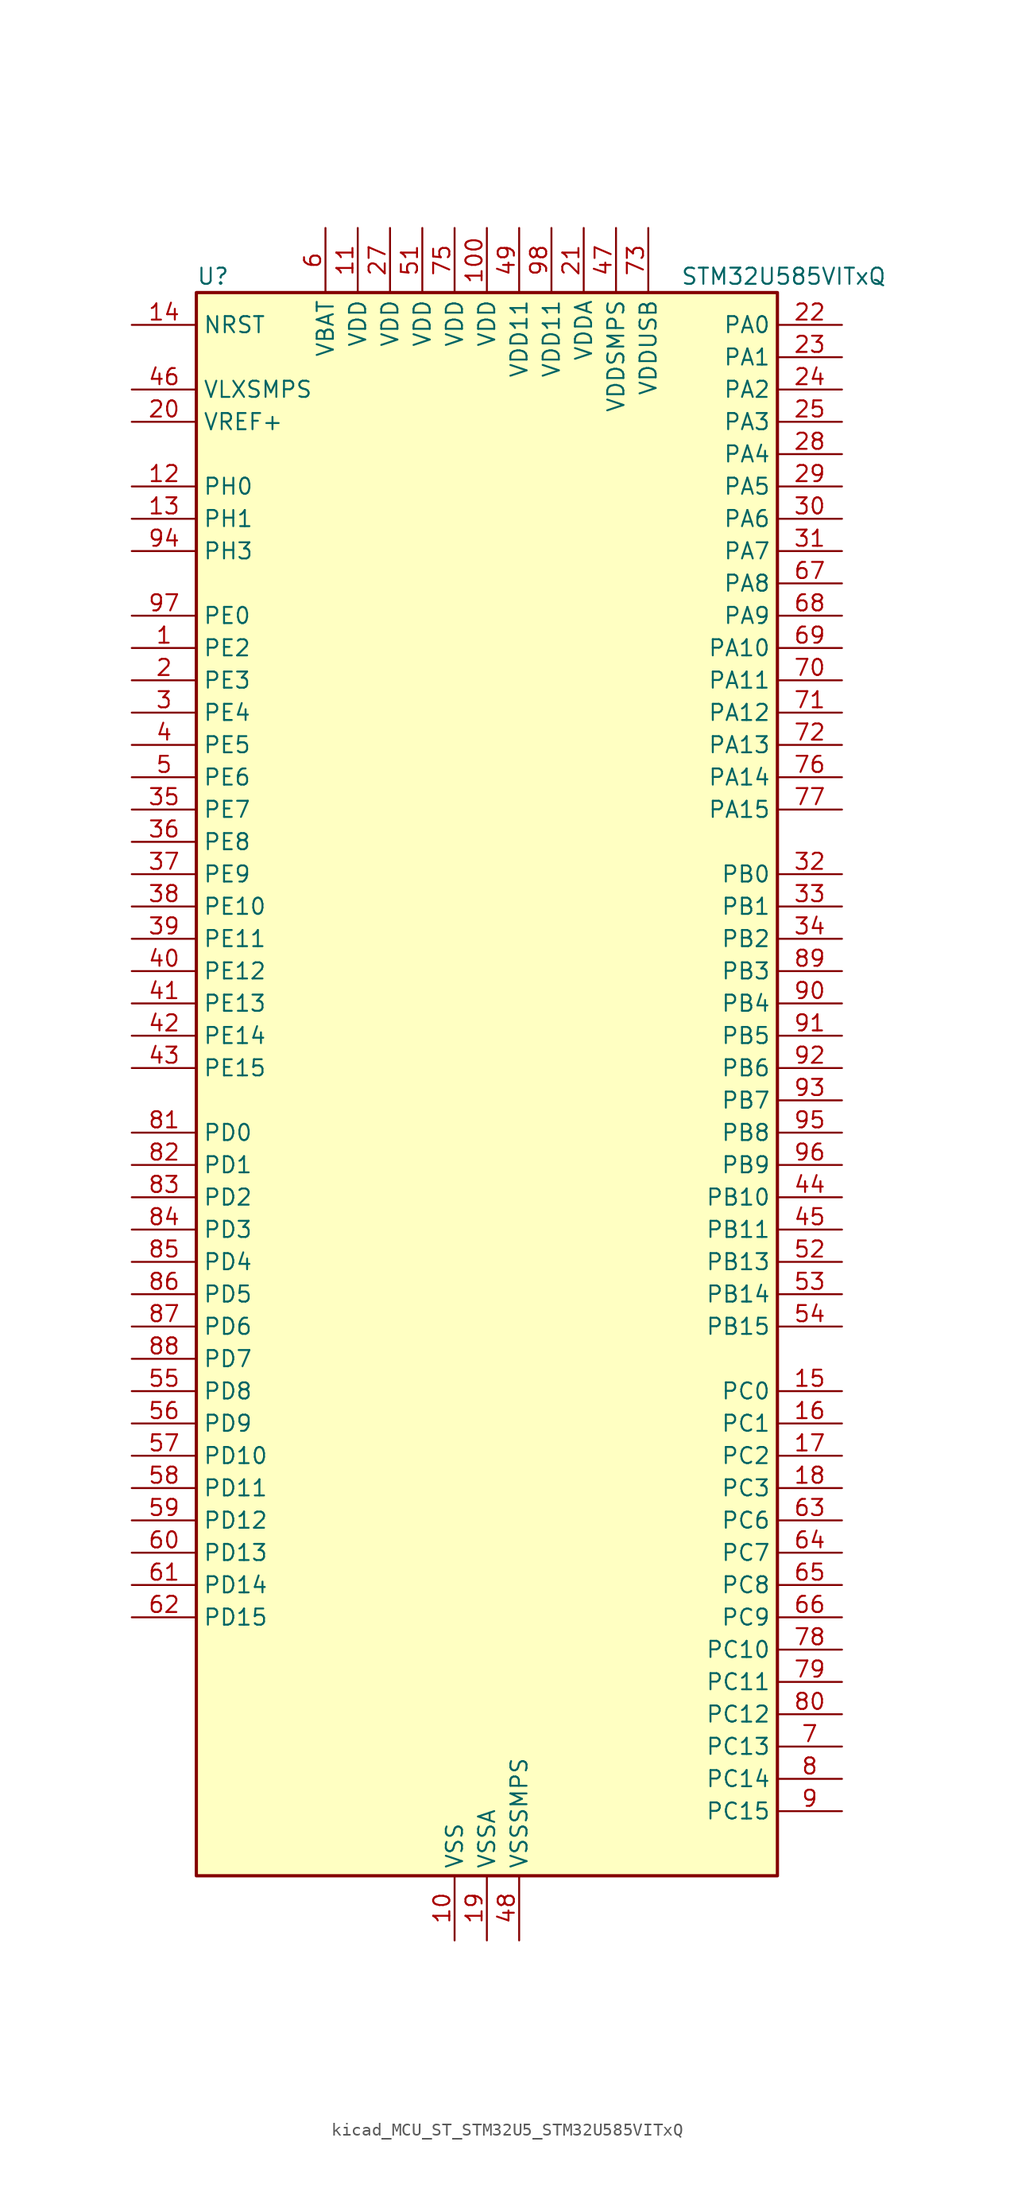
<source format=kicad_sym>
(kicad_symbol_lib
  (version 20220914)
  (generator kicad_symbol_editor)
  (symbol "kicad_MCU_ST_STM32U5_STM32U585VITxQ"
    (property "Reference" "U"
      (at -22.86 64.77 0)
      (effects (font (size 1.27 1.27)) (justify left)))
    (property "Value" "STM32U585VITxQ"
      (at 15.24 64.77 0)
      (effects (font (size 1.27 1.27)) (justify left)))
    (property "ki_locked" ""
      (at 0 0 0)
      (effects (font (size 1.27 1.27))))
    (symbol "kicad_MCU_ST_STM32U5_STM32U585VITxQ_0_1"
      (rectangle (start -22.86 -60.96) (end 22.86 63.5) (stroke (width 0.254) (type default)) (fill (type background))))
    (symbol "kicad_MCU_ST_STM32U5_STM32U585VITxQ_1_1"
      (pin bidirectional line (at -27.94 35.56 0) (length 5.08) (name "PE2" (effects (font (size 1.27 1.27)))) (number "1" (effects (font (size 1.27 1.27)))) (alternate "DEBUG_TRACECLK" bidirectional line) (alternate "FMC_A23" bidirectional line) (alternate "SAI1_CK1" bidirectional line) (alternate "SAI1_MCLK_A" bidirectional line) (alternate "TIM3_ETR" bidirectional line) (alternate "TSC_G7_IO1" bidirectional line))
      (pin power_in line (at -2.54 -66.04 90) (length 5.08) (name "VSS" (effects (font (size 1.27 1.27)))) (number "10" (effects (font (size 1.27 1.27)))))
      (pin power_in line (at 0 68.58 270) (length 5.08) (name "VDD" (effects (font (size 1.27 1.27)))) (number "100" (effects (font (size 1.27 1.27)))))
      (pin power_in line (at -10.16 68.58 270) (length 5.08) (name "VDD" (effects (font (size 1.27 1.27)))) (number "11" (effects (font (size 1.27 1.27)))))
      (pin bidirectional line (at -27.94 48.26 0) (length 5.08) (name "PH0" (effects (font (size 1.27 1.27)))) (number "12" (effects (font (size 1.27 1.27)))) (alternate "RCC_OSC_IN" bidirectional line))
      (pin bidirectional line (at -27.94 45.72 0) (length 5.08) (name "PH1" (effects (font (size 1.27 1.27)))) (number "13" (effects (font (size 1.27 1.27)))) (alternate "RCC_OSC_OUT" bidirectional line))
      (pin input line (at -27.94 60.96 0) (length 5.08) (name "NRST" (effects (font (size 1.27 1.27)))) (number "14" (effects (font (size 1.27 1.27)))))
      (pin bidirectional line (at 27.94 -22.86 180) (length 5.08) (name "PC0" (effects (font (size 1.27 1.27)))) (number "15" (effects (font (size 1.27 1.27)))) (alternate "ADC1_IN1" bidirectional line) (alternate "ADC4_IN1" bidirectional line) (alternate "I2C3_SCL" bidirectional line) (alternate "LPTIM1_IN1" bidirectional line) (alternate "LPTIM2_IN1" bidirectional line) (alternate "LPUART1_RX" bidirectional line) (alternate "MDF1_SDI4" bidirectional line) (alternate "OCTOSPIM_P1_IO7" bidirectional line) (alternate "SAI2_FS_A" bidirectional line) (alternate "SDMMC1_D5" bidirectional line) (alternate "SPI2_RDY" bidirectional line))
      (pin bidirectional line (at 27.94 -25.4 180) (length 5.08) (name "PC1" (effects (font (size 1.27 1.27)))) (number "16" (effects (font (size 1.27 1.27)))) (alternate "ADC1_IN2" bidirectional line) (alternate "ADC4_IN2" bidirectional line) (alternate "DEBUG_TRACED0" bidirectional line) (alternate "I2C3_SDA" bidirectional line) (alternate "LPTIM1_CH1" bidirectional line) (alternate "LPUART1_TX" bidirectional line) (alternate "MDF1_CKI4" bidirectional line) (alternate "OCTOSPIM_P1_IO4" bidirectional line) (alternate "SAI1_SD_A" bidirectional line) (alternate "SDMMC2_CK" bidirectional line) (alternate "SPI2_MOSI" bidirectional line))
      (pin bidirectional line (at 27.94 -27.94 180) (length 5.08) (name "PC2" (effects (font (size 1.27 1.27)))) (number "17" (effects (font (size 1.27 1.27)))) (alternate "ADC1_IN3" bidirectional line) (alternate "ADC4_IN3" bidirectional line) (alternate "LPTIM1_IN2" bidirectional line) (alternate "MDF1_CCK1" bidirectional line) (alternate "OCTOSPIM_P1_IO5" bidirectional line) (alternate "SPI2_MISO" bidirectional line))
      (pin bidirectional line (at 27.94 -30.48 180) (length 5.08) (name "PC3" (effects (font (size 1.27 1.27)))) (number "18" (effects (font (size 1.27 1.27)))) (alternate "ADC1_IN4" bidirectional line) (alternate "ADC4_IN4" bidirectional line) (alternate "LPTIM1_ETR" bidirectional line) (alternate "LPTIM2_ETR" bidirectional line) (alternate "LPTIM3_CH1" bidirectional line) (alternate "OCTOSPIM_P1_IO6" bidirectional line) (alternate "SAI1_D1" bidirectional line) (alternate "SAI1_SD_A" bidirectional line) (alternate "SPI2_MOSI" bidirectional line))
      (pin power_in line (at 0 -66.04 90) (length 5.08) (name "VSSA" (effects (font (size 1.27 1.27)))) (number "19" (effects (font (size 1.27 1.27)))))
      (pin bidirectional line (at -27.94 33.02 0) (length 5.08) (name "PE3" (effects (font (size 1.27 1.27)))) (number "2" (effects (font (size 1.27 1.27)))) (alternate "DEBUG_TRACED0" bidirectional line) (alternate "FMC_A19" bidirectional line) (alternate "OCTOSPIM_P1_DQS" bidirectional line) (alternate "SAI1_SD_B" bidirectional line) (alternate "TAMP_IN6" bidirectional line) (alternate "TAMP_OUT3" bidirectional line) (alternate "TIM3_CH1" bidirectional line) (alternate "TSC_G7_IO2" bidirectional line))
      (pin input line (at -27.94 53.34 0) (length 5.08) (name "VREF+" (effects (font (size 1.27 1.27)))) (number "20" (effects (font (size 1.27 1.27)))) (alternate "VREFBUF_OUT" bidirectional line))
      (pin power_in line (at 7.62 68.58 270) (length 5.08) (name "VDDA" (effects (font (size 1.27 1.27)))) (number "21" (effects (font (size 1.27 1.27)))))
      (pin bidirectional line (at 27.94 60.96 180) (length 5.08) (name "PA0" (effects (font (size 1.27 1.27)))) (number "22" (effects (font (size 1.27 1.27)))) (alternate "ADC1_IN5" bidirectional line) (alternate "AUDIOCLK" bidirectional line) (alternate "OCTOSPIM_P2_NCS" bidirectional line) (alternate "OPAMP1_VINP" bidirectional line) (alternate "PWR_WKUP1" bidirectional line) (alternate "SDMMC2_CMD" bidirectional line) (alternate "SPI3_RDY" bidirectional line) (alternate "TAMP_IN2" bidirectional line) (alternate "TAMP_OUT1" bidirectional line) (alternate "TIM2_CH1" bidirectional line) (alternate "TIM2_ETR" bidirectional line) (alternate "TIM5_CH1" bidirectional line) (alternate "TIM8_ETR" bidirectional line) (alternate "UART4_TX" bidirectional line) (alternate "USART2_CTS" bidirectional line))
      (pin bidirectional line (at 27.94 58.42 180) (length 5.08) (name "PA1" (effects (font (size 1.27 1.27)))) (number "23" (effects (font (size 1.27 1.27)))) (alternate "ADC1_IN6" bidirectional line) (alternate "I2C1_SMBA" bidirectional line) (alternate "LPTIM1_CH2" bidirectional line) (alternate "OCTOSPIM_P1_DQS" bidirectional line) (alternate "OPAMP1_VINM" bidirectional line) (alternate "PWR_WKUP3" bidirectional line) (alternate "SPI1_SCK" bidirectional line) (alternate "TAMP_IN5" bidirectional line) (alternate "TAMP_OUT4" bidirectional line) (alternate "TIM15_CH1N" bidirectional line) (alternate "TIM2_CH2" bidirectional line) (alternate "TIM5_CH2" bidirectional line) (alternate "UART4_RX" bidirectional line) (alternate "USART2_DE" bidirectional line) (alternate "USART2_RTS" bidirectional line))
      (pin bidirectional line (at 27.94 55.88 180) (length 5.08) (name "PA2" (effects (font (size 1.27 1.27)))) (number "24" (effects (font (size 1.27 1.27)))) (alternate "ADC1_IN7" bidirectional line) (alternate "COMP1_INP" bidirectional line) (alternate "LPUART1_TX" bidirectional line) (alternate "OCTOSPIM_P1_NCS" bidirectional line) (alternate "PWR_WKUP4" bidirectional line) (alternate "RCC_LSCO" bidirectional line) (alternate "SPI1_RDY" bidirectional line) (alternate "TIM15_CH1" bidirectional line) (alternate "TIM2_CH3" bidirectional line) (alternate "TIM5_CH3" bidirectional line) (alternate "UCPD1_FRSTX1" bidirectional line) (alternate "USART2_TX" bidirectional line))
      (pin bidirectional line (at 27.94 53.34 180) (length 5.08) (name "PA3" (effects (font (size 1.27 1.27)))) (number "25" (effects (font (size 1.27 1.27)))) (alternate "ADC1_IN8" bidirectional line) (alternate "LPUART1_RX" bidirectional line) (alternate "OCTOSPIM_P1_CLK" bidirectional line) (alternate "OPAMP1_VOUT" bidirectional line) (alternate "PWR_WKUP5" bidirectional line) (alternate "SAI1_CK1" bidirectional line) (alternate "SAI1_MCLK_A" bidirectional line) (alternate "TIM15_CH2" bidirectional line) (alternate "TIM2_CH4" bidirectional line) (alternate "TIM5_CH4" bidirectional line) (alternate "USART2_RX" bidirectional line))
      (pin passive line (at -2.54 -66.04 90) (length 5.08) hide (name "VSS" (effects (font (size 1.27 1.27)))) (number "26" (effects (font (size 1.27 1.27)))))
      (pin power_in line (at -7.62 68.58 270) (length 5.08) (name "VDD" (effects (font (size 1.27 1.27)))) (number "27" (effects (font (size 1.27 1.27)))))
      (pin bidirectional line (at 27.94 50.8 180) (length 5.08) (name "PA4" (effects (font (size 1.27 1.27)))) (number "28" (effects (font (size 1.27 1.27)))) (alternate "ADC1_IN9" bidirectional line) (alternate "ADC4_IN9" bidirectional line) (alternate "DAC1_OUT1" bidirectional line) (alternate "DCMI_HSYNC" bidirectional line) (alternate "LPTIM2_CH1" bidirectional line) (alternate "OCTOSPIM_P1_NCS" bidirectional line) (alternate "PSSI_DE" bidirectional line) (alternate "PWR_WKUP2" bidirectional line) (alternate "SAI1_FS_B" bidirectional line) (alternate "SPI1_NSS" bidirectional line) (alternate "SPI3_NSS" bidirectional line) (alternate "USART2_CK" bidirectional line))
      (pin bidirectional line (at 27.94 48.26 180) (length 5.08) (name "PA5" (effects (font (size 1.27 1.27)))) (number "29" (effects (font (size 1.27 1.27)))) (alternate "ADC1_IN10" bidirectional line) (alternate "ADC4_IN10" bidirectional line) (alternate "DAC1_OUT2" bidirectional line) (alternate "LPTIM2_ETR" bidirectional line) (alternate "PSSI_D14" bidirectional line) (alternate "PWR_CSLEEP" bidirectional line) (alternate "PWR_WKUP6" bidirectional line) (alternate "SPI1_SCK" bidirectional line) (alternate "TIM2_CH1" bidirectional line) (alternate "TIM2_ETR" bidirectional line) (alternate "TIM8_CH1N" bidirectional line) (alternate "USART3_RX" bidirectional line))
      (pin bidirectional line (at -27.94 30.48 0) (length 5.08) (name "PE4" (effects (font (size 1.27 1.27)))) (number "3" (effects (font (size 1.27 1.27)))) (alternate "DCMI_D4" bidirectional line) (alternate "DEBUG_TRACED1" bidirectional line) (alternate "FMC_A20" bidirectional line) (alternate "MDF1_SDI3" bidirectional line) (alternate "PSSI_D4" bidirectional line) (alternate "PWR_WKUP1" bidirectional line) (alternate "SAI1_D2" bidirectional line) (alternate "SAI1_FS_A" bidirectional line) (alternate "TAMP_IN7" bidirectional line) (alternate "TAMP_OUT8" bidirectional line) (alternate "TIM3_CH2" bidirectional line) (alternate "TSC_G7_IO3" bidirectional line))
      (pin bidirectional line (at 27.94 45.72 180) (length 5.08) (name "PA6" (effects (font (size 1.27 1.27)))) (number "30" (effects (font (size 1.27 1.27)))) (alternate "ADC1_IN11" bidirectional line) (alternate "ADC4_IN11" bidirectional line) (alternate "DCMI_PIXCLK" bidirectional line) (alternate "LPUART1_CTS" bidirectional line) (alternate "OCTOSPIM_P1_IO3" bidirectional line) (alternate "OPAMP2_VINP" bidirectional line) (alternate "PSSI_PDCK" bidirectional line) (alternate "PWR_CDSTOP" bidirectional line) (alternate "PWR_WKUP7" bidirectional line) (alternate "SPI1_MISO" bidirectional line) (alternate "TIM16_CH1" bidirectional line) (alternate "TIM1_BKIN" bidirectional line) (alternate "TIM3_CH1" bidirectional line) (alternate "TIM8_BKIN" bidirectional line) (alternate "USART3_CTS" bidirectional line))
      (pin bidirectional line (at 27.94 43.18 180) (length 5.08) (name "PA7" (effects (font (size 1.27 1.27)))) (number "31" (effects (font (size 1.27 1.27)))) (alternate "ADC1_IN12" bidirectional line) (alternate "ADC4_IN20" bidirectional line) (alternate "I2C3_SCL" bidirectional line) (alternate "LPTIM2_CH2" bidirectional line) (alternate "OCTOSPIM_P1_IO2" bidirectional line) (alternate "OPAMP2_VINM" bidirectional line) (alternate "PWR_SRDSTOP" bidirectional line) (alternate "PWR_WKUP8" bidirectional line) (alternate "SPI1_MOSI" bidirectional line) (alternate "TIM17_CH1" bidirectional line) (alternate "TIM1_CH1N" bidirectional line) (alternate "TIM3_CH2" bidirectional line) (alternate "TIM8_CH1N" bidirectional line) (alternate "USART3_TX" bidirectional line))
      (pin bidirectional line (at 27.94 17.78 180) (length 5.08) (name "PB0" (effects (font (size 1.27 1.27)))) (number "32" (effects (font (size 1.27 1.27)))) (alternate "ADC1_IN15" bidirectional line) (alternate "ADC4_IN18" bidirectional line) (alternate "AUDIOCLK" bidirectional line) (alternate "COMP1_OUT" bidirectional line) (alternate "LPTIM3_CH1" bidirectional line) (alternate "OCTOSPIM_P1_IO1" bidirectional line) (alternate "OPAMP2_VOUT" bidirectional line) (alternate "SPI1_NSS" bidirectional line) (alternate "TIM1_CH2N" bidirectional line) (alternate "TIM3_CH3" bidirectional line) (alternate "TIM8_CH2N" bidirectional line) (alternate "USART3_CK" bidirectional line))
      (pin bidirectional line (at 27.94 15.24 180) (length 5.08) (name "PB1" (effects (font (size 1.27 1.27)))) (number "33" (effects (font (size 1.27 1.27)))) (alternate "ADC1_IN16" bidirectional line) (alternate "ADC4_IN19" bidirectional line) (alternate "COMP1_INM" bidirectional line) (alternate "LPTIM2_IN1" bidirectional line) (alternate "LPTIM3_CH2" bidirectional line) (alternate "LPUART1_DE" bidirectional line) (alternate "LPUART1_RTS" bidirectional line) (alternate "MDF1_SDI0" bidirectional line) (alternate "OCTOSPIM_P1_IO0" bidirectional line) (alternate "PWR_WKUP4" bidirectional line) (alternate "TIM1_CH3N" bidirectional line) (alternate "TIM3_CH4" bidirectional line) (alternate "TIM8_CH3N" bidirectional line) (alternate "USART3_DE" bidirectional line) (alternate "USART3_RTS" bidirectional line))
      (pin bidirectional line (at 27.94 12.7 180) (length 5.08) (name "PB2" (effects (font (size 1.27 1.27)))) (number "34" (effects (font (size 1.27 1.27)))) (alternate "ADC1_IN17" bidirectional line) (alternate "COMP1_INP" bidirectional line) (alternate "I2C3_SMBA" bidirectional line) (alternate "LPTIM1_CH1" bidirectional line) (alternate "MDF1_CKI0" bidirectional line) (alternate "OCTOSPIM_P1_DQS" bidirectional line) (alternate "PWR_WKUP1" bidirectional line) (alternate "RTC_OUT2" bidirectional line) (alternate "SPI1_RDY" bidirectional line) (alternate "TIM8_CH4N" bidirectional line) (alternate "UCPD1_FRSTX1" bidirectional line))
      (pin bidirectional line (at -27.94 22.86 0) (length 5.08) (name "PE7" (effects (font (size 1.27 1.27)))) (number "35" (effects (font (size 1.27 1.27)))) (alternate "FMC_D4" bidirectional line) (alternate "FMC_DA4" bidirectional line) (alternate "MDF1_SDI2" bidirectional line) (alternate "PWR_WKUP6" bidirectional line) (alternate "SAI1_SD_B" bidirectional line) (alternate "TIM1_ETR" bidirectional line))
      (pin bidirectional line (at -27.94 20.32 0) (length 5.08) (name "PE8" (effects (font (size 1.27 1.27)))) (number "36" (effects (font (size 1.27 1.27)))) (alternate "FMC_D5" bidirectional line) (alternate "FMC_DA5" bidirectional line) (alternate "MDF1_CKI2" bidirectional line) (alternate "PWR_WKUP7" bidirectional line) (alternate "SAI1_SCK_B" bidirectional line) (alternate "TIM1_CH1N" bidirectional line))
      (pin bidirectional line (at -27.94 17.78 0) (length 5.08) (name "PE9" (effects (font (size 1.27 1.27)))) (number "37" (effects (font (size 1.27 1.27)))) (alternate "ADF1_CCK0" bidirectional line) (alternate "DAC1_EXTI9" bidirectional line) (alternate "FMC_D6" bidirectional line) (alternate "FMC_DA6" bidirectional line) (alternate "MDF1_CCK0" bidirectional line) (alternate "OCTOSPIM_P1_NCLK" bidirectional line) (alternate "SAI1_FS_B" bidirectional line) (alternate "TIM1_CH1" bidirectional line))
      (pin bidirectional line (at -27.94 15.24 0) (length 5.08) (name "PE10" (effects (font (size 1.27 1.27)))) (number "38" (effects (font (size 1.27 1.27)))) (alternate "ADF1_SDI0" bidirectional line) (alternate "FMC_D7" bidirectional line) (alternate "FMC_DA7" bidirectional line) (alternate "MDF1_SDI4" bidirectional line) (alternate "OCTOSPIM_P1_CLK" bidirectional line) (alternate "SAI1_MCLK_B" bidirectional line) (alternate "TIM1_CH2N" bidirectional line) (alternate "TSC_G5_IO1" bidirectional line))
      (pin bidirectional line (at -27.94 12.7 0) (length 5.08) (name "PE11" (effects (font (size 1.27 1.27)))) (number "39" (effects (font (size 1.27 1.27)))) (alternate "ADC1_EXTI11" bidirectional line) (alternate "FMC_D8" bidirectional line) (alternate "FMC_DA8" bidirectional line) (alternate "MDF1_CKI4" bidirectional line) (alternate "OCTOSPIM_P1_NCS" bidirectional line) (alternate "SPI1_RDY" bidirectional line) (alternate "TIM1_CH2" bidirectional line) (alternate "TSC_G5_IO2" bidirectional line))
      (pin bidirectional line (at -27.94 27.94 0) (length 5.08) (name "PE5" (effects (font (size 1.27 1.27)))) (number "4" (effects (font (size 1.27 1.27)))) (alternate "DCMI_D6" bidirectional line) (alternate "DEBUG_TRACED2" bidirectional line) (alternate "FMC_A21" bidirectional line) (alternate "MDF1_CKI3" bidirectional line) (alternate "PSSI_D6" bidirectional line) (alternate "PWR_WKUP2" bidirectional line) (alternate "SAI1_CK2" bidirectional line) (alternate "SAI1_SCK_A" bidirectional line) (alternate "TAMP_IN8" bidirectional line) (alternate "TAMP_OUT7" bidirectional line) (alternate "TIM3_CH3" bidirectional line) (alternate "TSC_G7_IO4" bidirectional line))
      (pin bidirectional line (at -27.94 10.16 0) (length 5.08) (name "PE12" (effects (font (size 1.27 1.27)))) (number "40" (effects (font (size 1.27 1.27)))) (alternate "FMC_D9" bidirectional line) (alternate "FMC_DA9" bidirectional line) (alternate "MDF1_SDI5" bidirectional line) (alternate "OCTOSPIM_P1_IO0" bidirectional line) (alternate "SPI1_NSS" bidirectional line) (alternate "TIM1_CH3N" bidirectional line) (alternate "TSC_G5_IO3" bidirectional line))
      (pin bidirectional line (at -27.94 7.62 0) (length 5.08) (name "PE13" (effects (font (size 1.27 1.27)))) (number "41" (effects (font (size 1.27 1.27)))) (alternate "FMC_D10" bidirectional line) (alternate "FMC_DA10" bidirectional line) (alternate "MDF1_CKI5" bidirectional line) (alternate "OCTOSPIM_P1_IO1" bidirectional line) (alternate "SPI1_SCK" bidirectional line) (alternate "TIM1_CH3" bidirectional line) (alternate "TSC_G5_IO4" bidirectional line))
      (pin bidirectional line (at -27.94 5.08 0) (length 5.08) (name "PE14" (effects (font (size 1.27 1.27)))) (number "42" (effects (font (size 1.27 1.27)))) (alternate "FMC_D11" bidirectional line) (alternate "FMC_DA11" bidirectional line) (alternate "OCTOSPIM_P1_IO2" bidirectional line) (alternate "SPI1_MISO" bidirectional line) (alternate "TIM1_BKIN2" bidirectional line) (alternate "TIM1_CH4" bidirectional line))
      (pin bidirectional line (at -27.94 2.54 0) (length 5.08) (name "PE15" (effects (font (size 1.27 1.27)))) (number "43" (effects (font (size 1.27 1.27)))) (alternate "ADC1_EXTI15" bidirectional line) (alternate "ADC4_EXTI15" bidirectional line) (alternate "FMC_D12" bidirectional line) (alternate "FMC_DA12" bidirectional line) (alternate "OCTOSPIM_P1_IO3" bidirectional line) (alternate "SPI1_MOSI" bidirectional line) (alternate "TIM1_BKIN" bidirectional line) (alternate "TIM1_CH4N" bidirectional line))
      (pin bidirectional line (at 27.94 -7.62 180) (length 5.08) (name "PB10" (effects (font (size 1.27 1.27)))) (number "44" (effects (font (size 1.27 1.27)))) (alternate "COMP1_OUT" bidirectional line) (alternate "I2C2_SCL" bidirectional line) (alternate "I2C4_SCL" bidirectional line) (alternate "LPTIM3_CH1" bidirectional line) (alternate "LPUART1_RX" bidirectional line) (alternate "OCTOSPIM_P1_CLK" bidirectional line) (alternate "PWR_WKUP8" bidirectional line) (alternate "SAI1_SCK_A" bidirectional line) (alternate "SPI2_SCK" bidirectional line) (alternate "TIM2_CH3" bidirectional line) (alternate "TSC_SYNC" bidirectional line) (alternate "USART3_TX" bidirectional line))
      (pin bidirectional line (at 27.94 -10.16 180) (length 5.08) (name "PB11" (effects (font (size 1.27 1.27)))) (number "45" (effects (font (size 1.27 1.27)))) (alternate "ADC1_EXTI11" bidirectional line) (alternate "COMP2_OUT" bidirectional line) (alternate "I2C2_SDA" bidirectional line) (alternate "I2C4_SDA" bidirectional line) (alternate "LPUART1_TX" bidirectional line) (alternate "OCTOSPIM_P1_NCS" bidirectional line) (alternate "SPI2_RDY" bidirectional line) (alternate "TIM2_CH4" bidirectional line) (alternate "USART3_RX" bidirectional line))
      (pin power_in line (at -27.94 55.88 0) (length 5.08) (name "VLXSMPS" (effects (font (size 1.27 1.27)))) (number "46" (effects (font (size 1.27 1.27)))))
      (pin power_in line (at 10.16 68.58 270) (length 5.08) (name "VDDSMPS" (effects (font (size 1.27 1.27)))) (number "47" (effects (font (size 1.27 1.27)))))
      (pin power_in line (at 2.54 -66.04 90) (length 5.08) (name "VSSSMPS" (effects (font (size 1.27 1.27)))) (number "48" (effects (font (size 1.27 1.27)))))
      (pin power_in line (at 2.54 68.58 270) (length 5.08) (name "VDD11" (effects (font (size 1.27 1.27)))) (number "49" (effects (font (size 1.27 1.27)))))
      (pin bidirectional line (at -27.94 25.4 0) (length 5.08) (name "PE6" (effects (font (size 1.27 1.27)))) (number "5" (effects (font (size 1.27 1.27)))) (alternate "DCMI_D7" bidirectional line) (alternate "DEBUG_TRACED3" bidirectional line) (alternate "FMC_A22" bidirectional line) (alternate "PSSI_D7" bidirectional line) (alternate "PWR_WKUP3" bidirectional line) (alternate "SAI1_D1" bidirectional line) (alternate "SAI1_SD_A" bidirectional line) (alternate "TAMP_IN3" bidirectional line) (alternate "TAMP_OUT6" bidirectional line) (alternate "TIM3_CH4" bidirectional line))
      (pin passive line (at -2.54 -66.04 90) (length 5.08) hide (name "VSS" (effects (font (size 1.27 1.27)))) (number "50" (effects (font (size 1.27 1.27)))))
      (pin power_in line (at -5.08 68.58 270) (length 5.08) (name "VDD" (effects (font (size 1.27 1.27)))) (number "51" (effects (font (size 1.27 1.27)))))
      (pin bidirectional line (at 27.94 -12.7 180) (length 5.08) (name "PB13" (effects (font (size 1.27 1.27)))) (number "52" (effects (font (size 1.27 1.27)))) (alternate "I2C2_SCL" bidirectional line) (alternate "LPTIM3_IN1" bidirectional line) (alternate "LPUART1_CTS" bidirectional line) (alternate "MDF1_CKI1" bidirectional line) (alternate "SAI2_SCK_A" bidirectional line) (alternate "SPI2_SCK" bidirectional line) (alternate "TIM15_CH1N" bidirectional line) (alternate "TIM1_CH1N" bidirectional line) (alternate "TSC_G1_IO2" bidirectional line) (alternate "USART3_CTS" bidirectional line))
      (pin bidirectional line (at 27.94 -15.24 180) (length 5.08) (name "PB14" (effects (font (size 1.27 1.27)))) (number "53" (effects (font (size 1.27 1.27)))) (alternate "I2C2_SDA" bidirectional line) (alternate "LPTIM3_ETR" bidirectional line) (alternate "MDF1_SDI2" bidirectional line) (alternate "SAI2_MCLK_A" bidirectional line) (alternate "SDMMC2_D0" bidirectional line) (alternate "SPI2_MISO" bidirectional line) (alternate "TIM15_CH1" bidirectional line) (alternate "TIM1_CH2N" bidirectional line) (alternate "TIM8_CH2N" bidirectional line) (alternate "TSC_G1_IO3" bidirectional line) (alternate "UCPD1_DBCC2" bidirectional line) (alternate "USART3_DE" bidirectional line) (alternate "USART3_RTS" bidirectional line))
      (pin bidirectional line (at 27.94 -17.78 180) (length 5.08) (name "PB15" (effects (font (size 1.27 1.27)))) (number "54" (effects (font (size 1.27 1.27)))) (alternate "ADC1_EXTI15" bidirectional line) (alternate "ADC4_EXTI15" bidirectional line) (alternate "FMC_NBL1" bidirectional line) (alternate "LPTIM2_IN2" bidirectional line) (alternate "MDF1_CKI2" bidirectional line) (alternate "PWR_WKUP7" bidirectional line) (alternate "RTC_REFIN" bidirectional line) (alternate "SAI2_SD_A" bidirectional line) (alternate "SDMMC2_D1" bidirectional line) (alternate "SPI2_MOSI" bidirectional line) (alternate "TIM15_CH2" bidirectional line) (alternate "TIM1_CH3N" bidirectional line) (alternate "TIM8_CH3N" bidirectional line) (alternate "UCPD1_CC2" bidirectional line))
      (pin bidirectional line (at -27.94 -22.86 0) (length 5.08) (name "PD8" (effects (font (size 1.27 1.27)))) (number "55" (effects (font (size 1.27 1.27)))) (alternate "DCMI_HSYNC" bidirectional line) (alternate "FMC_D13" bidirectional line) (alternate "FMC_DA13" bidirectional line) (alternate "PSSI_DE" bidirectional line) (alternate "USART3_TX" bidirectional line))
      (pin bidirectional line (at -27.94 -25.4 0) (length 5.08) (name "PD9" (effects (font (size 1.27 1.27)))) (number "56" (effects (font (size 1.27 1.27)))) (alternate "DAC1_EXTI9" bidirectional line) (alternate "DCMI_PIXCLK" bidirectional line) (alternate "FMC_D14" bidirectional line) (alternate "FMC_DA14" bidirectional line) (alternate "LPTIM2_IN2" bidirectional line) (alternate "LPTIM3_IN1" bidirectional line) (alternate "PSSI_PDCK" bidirectional line) (alternate "SAI2_MCLK_A" bidirectional line) (alternate "USART3_RX" bidirectional line))
      (pin bidirectional line (at -27.94 -27.94 0) (length 5.08) (name "PD10" (effects (font (size 1.27 1.27)))) (number "57" (effects (font (size 1.27 1.27)))) (alternate "FMC_D15" bidirectional line) (alternate "FMC_DA15" bidirectional line) (alternate "LPTIM2_CH2" bidirectional line) (alternate "LPTIM3_ETR" bidirectional line) (alternate "SAI2_SCK_A" bidirectional line) (alternate "TSC_G6_IO1" bidirectional line) (alternate "USART3_CK" bidirectional line))
      (pin bidirectional line (at -27.94 -30.48 0) (length 5.08) (name "PD11" (effects (font (size 1.27 1.27)))) (number "58" (effects (font (size 1.27 1.27)))) (alternate "ADC1_EXTI11" bidirectional line) (alternate "ADC4_IN15" bidirectional line) (alternate "FMC_A16" bidirectional line) (alternate "FMC_CLE" bidirectional line) (alternate "I2C4_SMBA" bidirectional line) (alternate "LPTIM2_ETR" bidirectional line) (alternate "SAI2_SD_A" bidirectional line) (alternate "TSC_G6_IO2" bidirectional line) (alternate "USART3_CTS" bidirectional line))
      (pin bidirectional line (at -27.94 -33.02 0) (length 5.08) (name "PD12" (effects (font (size 1.27 1.27)))) (number "59" (effects (font (size 1.27 1.27)))) (alternate "ADC4_IN16" bidirectional line) (alternate "FMC_A17" bidirectional line) (alternate "FMC_ALE" bidirectional line) (alternate "I2C4_SCL" bidirectional line) (alternate "LPTIM2_IN1" bidirectional line) (alternate "SAI2_FS_A" bidirectional line) (alternate "TIM4_CH1" bidirectional line) (alternate "TSC_G6_IO3" bidirectional line) (alternate "USART3_DE" bidirectional line) (alternate "USART3_RTS" bidirectional line))
      (pin power_in line (at -12.7 68.58 270) (length 5.08) (name "VBAT" (effects (font (size 1.27 1.27)))) (number "6" (effects (font (size 1.27 1.27)))))
      (pin bidirectional line (at -27.94 -35.56 0) (length 5.08) (name "PD13" (effects (font (size 1.27 1.27)))) (number "60" (effects (font (size 1.27 1.27)))) (alternate "ADC4_IN17" bidirectional line) (alternate "FMC_A18" bidirectional line) (alternate "I2C4_SDA" bidirectional line) (alternate "LPTIM2_CH1" bidirectional line) (alternate "LPTIM4_IN1" bidirectional line) (alternate "TIM4_CH2" bidirectional line) (alternate "TSC_G6_IO4" bidirectional line))
      (pin bidirectional line (at -27.94 -38.1 0) (length 5.08) (name "PD14" (effects (font (size 1.27 1.27)))) (number "61" (effects (font (size 1.27 1.27)))) (alternate "FMC_D0" bidirectional line) (alternate "FMC_DA0" bidirectional line) (alternate "LPTIM3_CH1" bidirectional line) (alternate "TIM4_CH3" bidirectional line))
      (pin bidirectional line (at -27.94 -40.64 0) (length 5.08) (name "PD15" (effects (font (size 1.27 1.27)))) (number "62" (effects (font (size 1.27 1.27)))) (alternate "ADC1_EXTI15" bidirectional line) (alternate "ADC4_EXTI15" bidirectional line) (alternate "FMC_D1" bidirectional line) (alternate "FMC_DA1" bidirectional line) (alternate "LPTIM3_CH2" bidirectional line) (alternate "TIM4_CH4" bidirectional line))
      (pin bidirectional line (at 27.94 -33.02 180) (length 5.08) (name "PC6" (effects (font (size 1.27 1.27)))) (number "63" (effects (font (size 1.27 1.27)))) (alternate "DCMI_D0" bidirectional line) (alternate "MDF1_CKI3" bidirectional line) (alternate "PSSI_D0" bidirectional line) (alternate "PWR_CSLEEP" bidirectional line) (alternate "SAI2_MCLK_A" bidirectional line) (alternate "SDMMC1_D0DIR" bidirectional line) (alternate "SDMMC1_D6" bidirectional line) (alternate "SDMMC2_D6" bidirectional line) (alternate "TIM3_CH1" bidirectional line) (alternate "TIM8_CH1" bidirectional line) (alternate "TSC_G4_IO1" bidirectional line))
      (pin bidirectional line (at 27.94 -35.56 180) (length 5.08) (name "PC7" (effects (font (size 1.27 1.27)))) (number "64" (effects (font (size 1.27 1.27)))) (alternate "DCMI_D1" bidirectional line) (alternate "LPTIM2_CH2" bidirectional line) (alternate "MDF1_SDI3" bidirectional line) (alternate "PSSI_D1" bidirectional line) (alternate "PWR_CDSTOP" bidirectional line) (alternate "SAI2_MCLK_B" bidirectional line) (alternate "SDMMC1_D123DIR" bidirectional line) (alternate "SDMMC1_D7" bidirectional line) (alternate "SDMMC2_D7" bidirectional line) (alternate "TIM3_CH2" bidirectional line) (alternate "TIM8_CH2" bidirectional line) (alternate "TSC_G4_IO2" bidirectional line))
      (pin bidirectional line (at 27.94 -38.1 180) (length 5.08) (name "PC8" (effects (font (size 1.27 1.27)))) (number "65" (effects (font (size 1.27 1.27)))) (alternate "DCMI_D2" bidirectional line) (alternate "LPTIM3_CH1" bidirectional line) (alternate "PSSI_D2" bidirectional line) (alternate "PWR_SRDSTOP" bidirectional line) (alternate "SDMMC1_D0" bidirectional line) (alternate "TIM3_CH3" bidirectional line) (alternate "TIM8_CH3" bidirectional line) (alternate "TSC_G4_IO3" bidirectional line))
      (pin bidirectional line (at 27.94 -40.64 180) (length 5.08) (name "PC9" (effects (font (size 1.27 1.27)))) (number "66" (effects (font (size 1.27 1.27)))) (alternate "DAC1_EXTI9" bidirectional line) (alternate "DCMI_D3" bidirectional line) (alternate "DEBUG_TRACED0" bidirectional line) (alternate "LPTIM3_CH2" bidirectional line) (alternate "PSSI_D3" bidirectional line) (alternate "SDMMC1_D1" bidirectional line) (alternate "TIM3_CH4" bidirectional line) (alternate "TIM8_BKIN2" bidirectional line) (alternate "TIM8_CH4" bidirectional line) (alternate "TSC_G4_IO4" bidirectional line) (alternate "USB_OTG_FS_NOE" bidirectional line))
      (pin bidirectional line (at 27.94 40.64 180) (length 5.08) (name "PA8" (effects (font (size 1.27 1.27)))) (number "67" (effects (font (size 1.27 1.27)))) (alternate "DEBUG_TRACECLK" bidirectional line) (alternate "LPTIM2_CH1" bidirectional line) (alternate "RCC_MCO" bidirectional line) (alternate "SAI1_CK2" bidirectional line) (alternate "SAI1_SCK_A" bidirectional line) (alternate "SPI1_RDY" bidirectional line) (alternate "TIM1_CH1" bidirectional line) (alternate "USART1_CK" bidirectional line) (alternate "USB_OTG_FS_SOF" bidirectional line))
      (pin bidirectional line (at 27.94 38.1 180) (length 5.08) (name "PA9" (effects (font (size 1.27 1.27)))) (number "68" (effects (font (size 1.27 1.27)))) (alternate "DAC1_EXTI9" bidirectional line) (alternate "DCMI_D0" bidirectional line) (alternate "PSSI_D0" bidirectional line) (alternate "SAI1_FS_A" bidirectional line) (alternate "SPI2_SCK" bidirectional line) (alternate "TIM15_BKIN" bidirectional line) (alternate "TIM1_CH2" bidirectional line) (alternate "USART1_TX" bidirectional line) (alternate "USB_OTG_FS_VBUS" bidirectional line))
      (pin bidirectional line (at 27.94 35.56 180) (length 5.08) (name "PA10" (effects (font (size 1.27 1.27)))) (number "69" (effects (font (size 1.27 1.27)))) (alternate "CRS_SYNC" bidirectional line) (alternate "DCMI_D1" bidirectional line) (alternate "LPTIM2_IN2" bidirectional line) (alternate "PSSI_D1" bidirectional line) (alternate "SAI1_D1" bidirectional line) (alternate "SAI1_SD_A" bidirectional line) (alternate "TIM17_BKIN" bidirectional line) (alternate "TIM1_CH3" bidirectional line) (alternate "USART1_RX" bidirectional line) (alternate "USB_OTG_FS_ID" bidirectional line))
      (pin bidirectional line (at 27.94 -50.8 180) (length 5.08) (name "PC13" (effects (font (size 1.27 1.27)))) (number "7" (effects (font (size 1.27 1.27)))) (alternate "PWR_WKUP2" bidirectional line) (alternate "RTC_OUT1" bidirectional line) (alternate "RTC_TS" bidirectional line) (alternate "TAMP_IN1" bidirectional line) (alternate "TAMP_OUT2" bidirectional line))
      (pin bidirectional line (at 27.94 33.02 180) (length 5.08) (name "PA11" (effects (font (size 1.27 1.27)))) (number "70" (effects (font (size 1.27 1.27)))) (alternate "ADC1_EXTI11" bidirectional line) (alternate "FDCAN1_RX" bidirectional line) (alternate "SPI1_MISO" bidirectional line) (alternate "TIM1_BKIN2" bidirectional line) (alternate "TIM1_CH4" bidirectional line) (alternate "USART1_CTS" bidirectional line) (alternate "USB_OTG_FS_DM" bidirectional line))
      (pin bidirectional line (at 27.94 30.48 180) (length 5.08) (name "PA12" (effects (font (size 1.27 1.27)))) (number "71" (effects (font (size 1.27 1.27)))) (alternate "FDCAN1_TX" bidirectional line) (alternate "OCTOSPIM_P2_NCS" bidirectional line) (alternate "SPI1_MOSI" bidirectional line) (alternate "TIM1_ETR" bidirectional line) (alternate "USART1_DE" bidirectional line) (alternate "USART1_RTS" bidirectional line) (alternate "USB_OTG_FS_DP" bidirectional line))
      (pin bidirectional line (at 27.94 27.94 180) (length 5.08) (name "PA13" (effects (font (size 1.27 1.27)))) (number "72" (effects (font (size 1.27 1.27)))) (alternate "DEBUG_JTMS-SWDIO" bidirectional line) (alternate "IR_OUT" bidirectional line) (alternate "SAI1_SD_B" bidirectional line) (alternate "USB_OTG_FS_NOE" bidirectional line))
      (pin power_in line (at 12.7 68.58 270) (length 5.08) (name "VDDUSB" (effects (font (size 1.27 1.27)))) (number "73" (effects (font (size 1.27 1.27)))))
      (pin passive line (at -2.54 -66.04 90) (length 5.08) hide (name "VSS" (effects (font (size 1.27 1.27)))) (number "74" (effects (font (size 1.27 1.27)))))
      (pin power_in line (at -2.54 68.58 270) (length 5.08) (name "VDD" (effects (font (size 1.27 1.27)))) (number "75" (effects (font (size 1.27 1.27)))))
      (pin bidirectional line (at 27.94 25.4 180) (length 5.08) (name "PA14" (effects (font (size 1.27 1.27)))) (number "76" (effects (font (size 1.27 1.27)))) (alternate "DEBUG_JTCK-SWCLK" bidirectional line) (alternate "I2C1_SMBA" bidirectional line) (alternate "I2C4_SMBA" bidirectional line) (alternate "LPTIM1_CH1" bidirectional line) (alternate "SAI1_FS_B" bidirectional line) (alternate "USB_OTG_FS_SOF" bidirectional line))
      (pin bidirectional line (at 27.94 22.86 180) (length 5.08) (name "PA15" (effects (font (size 1.27 1.27)))) (number "77" (effects (font (size 1.27 1.27)))) (alternate "ADC1_EXTI15" bidirectional line) (alternate "ADC4_EXTI15" bidirectional line) (alternate "DEBUG_JTDI" bidirectional line) (alternate "SAI2_FS_B" bidirectional line) (alternate "SPI1_NSS" bidirectional line) (alternate "SPI3_NSS" bidirectional line) (alternate "TIM2_CH1" bidirectional line) (alternate "TIM2_ETR" bidirectional line) (alternate "UART4_DE" bidirectional line) (alternate "UART4_RTS" bidirectional line) (alternate "UCPD1_CC1" bidirectional line) (alternate "USART2_RX" bidirectional line) (alternate "USART3_DE" bidirectional line) (alternate "USART3_RTS" bidirectional line))
      (pin bidirectional line (at 27.94 -43.18 180) (length 5.08) (name "PC10" (effects (font (size 1.27 1.27)))) (number "78" (effects (font (size 1.27 1.27)))) (alternate "ADF1_CCK1" bidirectional line) (alternate "DCMI_D8" bidirectional line) (alternate "DEBUG_TRACED1" bidirectional line) (alternate "LPTIM3_ETR" bidirectional line) (alternate "PSSI_D8" bidirectional line) (alternate "SAI2_SCK_B" bidirectional line) (alternate "SDMMC1_D2" bidirectional line) (alternate "SPI3_SCK" bidirectional line) (alternate "TSC_G3_IO2" bidirectional line) (alternate "UART4_TX" bidirectional line) (alternate "USART3_TX" bidirectional line))
      (pin bidirectional line (at 27.94 -45.72 180) (length 5.08) (name "PC11" (effects (font (size 1.27 1.27)))) (number "79" (effects (font (size 1.27 1.27)))) (alternate "ADC1_EXTI11" bidirectional line) (alternate "ADF1_SDI0" bidirectional line) (alternate "DCMI_D2" bidirectional line) (alternate "DCMI_D4" bidirectional line) (alternate "LPTIM3_IN1" bidirectional line) (alternate "OCTOSPIM_P1_NCS" bidirectional line) (alternate "PSSI_D2" bidirectional line) (alternate "PSSI_D4" bidirectional line) (alternate "SAI2_MCLK_B" bidirectional line) (alternate "SDMMC1_D3" bidirectional line) (alternate "SPI3_MISO" bidirectional line) (alternate "TSC_G3_IO3" bidirectional line) (alternate "UART4_RX" bidirectional line) (alternate "UCPD1_FRSTX2" bidirectional line) (alternate "USART3_RX" bidirectional line))
      (pin bidirectional line (at 27.94 -53.34 180) (length 5.08) (name "PC14" (effects (font (size 1.27 1.27)))) (number "8" (effects (font (size 1.27 1.27)))) (alternate "RCC_OSC32_IN" bidirectional line))
      (pin bidirectional line (at 27.94 -48.26 180) (length 5.08) (name "PC12" (effects (font (size 1.27 1.27)))) (number "80" (effects (font (size 1.27 1.27)))) (alternate "DCMI_D9" bidirectional line) (alternate "DEBUG_TRACED3" bidirectional line) (alternate "PSSI_D9" bidirectional line) (alternate "SAI2_SD_B" bidirectional line) (alternate "SDMMC1_CK" bidirectional line) (alternate "SPI3_MOSI" bidirectional line) (alternate "TSC_G3_IO4" bidirectional line) (alternate "UART5_TX" bidirectional line) (alternate "USART3_CK" bidirectional line))
      (pin bidirectional line (at -27.94 -2.54 0) (length 5.08) (name "PD0" (effects (font (size 1.27 1.27)))) (number "81" (effects (font (size 1.27 1.27)))) (alternate "FDCAN1_RX" bidirectional line) (alternate "FMC_D2" bidirectional line) (alternate "FMC_DA2" bidirectional line) (alternate "SPI2_NSS" bidirectional line) (alternate "TIM8_CH4N" bidirectional line))
      (pin bidirectional line (at -27.94 -5.08 0) (length 5.08) (name "PD1" (effects (font (size 1.27 1.27)))) (number "82" (effects (font (size 1.27 1.27)))) (alternate "FDCAN1_TX" bidirectional line) (alternate "FMC_D3" bidirectional line) (alternate "FMC_DA3" bidirectional line) (alternate "SPI2_SCK" bidirectional line))
      (pin bidirectional line (at -27.94 -7.62 0) (length 5.08) (name "PD2" (effects (font (size 1.27 1.27)))) (number "83" (effects (font (size 1.27 1.27)))) (alternate "DCMI_D11" bidirectional line) (alternate "DEBUG_TRACED2" bidirectional line) (alternate "LPTIM4_ETR" bidirectional line) (alternate "PSSI_D11" bidirectional line) (alternate "SDMMC1_CMD" bidirectional line) (alternate "TIM3_ETR" bidirectional line) (alternate "TSC_SYNC" bidirectional line) (alternate "UART5_RX" bidirectional line) (alternate "USART3_DE" bidirectional line) (alternate "USART3_RTS" bidirectional line))
      (pin bidirectional line (at -27.94 -10.16 0) (length 5.08) (name "PD3" (effects (font (size 1.27 1.27)))) (number "84" (effects (font (size 1.27 1.27)))) (alternate "DCMI_D5" bidirectional line) (alternate "FMC_CLK" bidirectional line) (alternate "MDF1_SDI0" bidirectional line) (alternate "OCTOSPIM_P2_NCS" bidirectional line) (alternate "PSSI_D5" bidirectional line) (alternate "SPI2_MISO" bidirectional line) (alternate "SPI2_SCK" bidirectional line) (alternate "USART2_CTS" bidirectional line))
      (pin bidirectional line (at -27.94 -12.7 0) (length 5.08) (name "PD4" (effects (font (size 1.27 1.27)))) (number "85" (effects (font (size 1.27 1.27)))) (alternate "FMC_NOE" bidirectional line) (alternate "MDF1_CKI0" bidirectional line) (alternate "OCTOSPIM_P1_IO4" bidirectional line) (alternate "SPI2_MOSI" bidirectional line) (alternate "USART2_DE" bidirectional line) (alternate "USART2_RTS" bidirectional line))
      (pin bidirectional line (at -27.94 -15.24 0) (length 5.08) (name "PD5" (effects (font (size 1.27 1.27)))) (number "86" (effects (font (size 1.27 1.27)))) (alternate "FMC_NWE" bidirectional line) (alternate "OCTOSPIM_P1_IO5" bidirectional line) (alternate "SPI2_RDY" bidirectional line) (alternate "USART2_TX" bidirectional line))
      (pin bidirectional line (at -27.94 -17.78 0) (length 5.08) (name "PD6" (effects (font (size 1.27 1.27)))) (number "87" (effects (font (size 1.27 1.27)))) (alternate "DCMI_D10" bidirectional line) (alternate "FMC_NWAIT" bidirectional line) (alternate "MDF1_SDI1" bidirectional line) (alternate "OCTOSPIM_P1_IO6" bidirectional line) (alternate "PSSI_D10" bidirectional line) (alternate "SAI1_D1" bidirectional line) (alternate "SAI1_SD_A" bidirectional line) (alternate "SDMMC2_CK" bidirectional line) (alternate "SPI3_MOSI" bidirectional line) (alternate "USART2_RX" bidirectional line))
      (pin bidirectional line (at -27.94 -20.32 0) (length 5.08) (name "PD7" (effects (font (size 1.27 1.27)))) (number "88" (effects (font (size 1.27 1.27)))) (alternate "FMC_NCE" bidirectional line) (alternate "FMC_NE1" bidirectional line) (alternate "LPTIM4_OUT" bidirectional line) (alternate "MDF1_CKI1" bidirectional line) (alternate "OCTOSPIM_P1_IO7" bidirectional line) (alternate "SDMMC2_CMD" bidirectional line) (alternate "USART2_CK" bidirectional line))
      (pin bidirectional line (at 27.94 10.16 180) (length 5.08) (name "PB3" (effects (font (size 1.27 1.27)))) (number "89" (effects (font (size 1.27 1.27)))) (alternate "ADF1_CCK0" bidirectional line) (alternate "COMP2_INM" bidirectional line) (alternate "CRS_SYNC" bidirectional line) (alternate "DEBUG_JTDO-SWO" bidirectional line) (alternate "I2C1_SDA" bidirectional line) (alternate "LPTIM1_CH1" bidirectional line) (alternate "SAI1_SCK_B" bidirectional line) (alternate "SDMMC2_D2" bidirectional line) (alternate "SPI1_SCK" bidirectional line) (alternate "SPI3_SCK" bidirectional line) (alternate "TIM2_CH2" bidirectional line) (alternate "USART1_DE" bidirectional line) (alternate "USART1_RTS" bidirectional line))
      (pin bidirectional line (at 27.94 -55.88 180) (length 5.08) (name "PC15" (effects (font (size 1.27 1.27)))) (number "9" (effects (font (size 1.27 1.27)))) (alternate "ADC1_EXTI15" bidirectional line) (alternate "ADC4_EXTI15" bidirectional line) (alternate "RCC_OSC32_OUT" bidirectional line))
      (pin bidirectional line (at 27.94 7.62 180) (length 5.08) (name "PB4" (effects (font (size 1.27 1.27)))) (number "90" (effects (font (size 1.27 1.27)))) (alternate "ADF1_SDI0" bidirectional line) (alternate "COMP2_INP" bidirectional line) (alternate "DCMI_D12" bidirectional line) (alternate "DEBUG_JTRST" bidirectional line) (alternate "I2C3_SDA" bidirectional line) (alternate "LPTIM1_CH2" bidirectional line) (alternate "PSSI_D12" bidirectional line) (alternate "SAI1_MCLK_B" bidirectional line) (alternate "SDMMC2_D3" bidirectional line) (alternate "SPI1_MISO" bidirectional line) (alternate "SPI3_MISO" bidirectional line) (alternate "TIM17_BKIN" bidirectional line) (alternate "TIM3_CH1" bidirectional line) (alternate "TSC_G2_IO1" bidirectional line) (alternate "UART5_DE" bidirectional line) (alternate "UART5_RTS" bidirectional line) (alternate "USART1_CTS" bidirectional line))
      (pin bidirectional line (at 27.94 5.08 180) (length 5.08) (name "PB5" (effects (font (size 1.27 1.27)))) (number "91" (effects (font (size 1.27 1.27)))) (alternate "COMP2_OUT" bidirectional line) (alternate "DCMI_D10" bidirectional line) (alternate "I2C1_SMBA" bidirectional line) (alternate "LPTIM1_IN1" bidirectional line) (alternate "OCTOSPIM_P1_NCLK" bidirectional line) (alternate "PSSI_D10" bidirectional line) (alternate "PWR_WKUP6" bidirectional line) (alternate "SAI1_SD_B" bidirectional line) (alternate "SPI1_MOSI" bidirectional line) (alternate "SPI3_MOSI" bidirectional line) (alternate "TIM16_BKIN" bidirectional line) (alternate "TIM3_CH2" bidirectional line) (alternate "TSC_G2_IO2" bidirectional line) (alternate "UART5_CTS" bidirectional line) (alternate "UCPD1_DBCC1" bidirectional line) (alternate "USART1_CK" bidirectional line))
      (pin bidirectional line (at 27.94 2.54 180) (length 5.08) (name "PB6" (effects (font (size 1.27 1.27)))) (number "92" (effects (font (size 1.27 1.27)))) (alternate "COMP2_INP" bidirectional line) (alternate "DCMI_D5" bidirectional line) (alternate "I2C1_SCL" bidirectional line) (alternate "I2C4_SCL" bidirectional line) (alternate "LPTIM1_ETR" bidirectional line) (alternate "MDF1_SDI5" bidirectional line) (alternate "PSSI_D5" bidirectional line) (alternate "PWR_WKUP3" bidirectional line) (alternate "SAI1_FS_B" bidirectional line) (alternate "TIM16_CH1N" bidirectional line) (alternate "TIM4_CH1" bidirectional line) (alternate "TIM8_BKIN2" bidirectional line) (alternate "TSC_G2_IO3" bidirectional line) (alternate "USART1_TX" bidirectional line))
      (pin bidirectional line (at 27.94 0 180) (length 5.08) (name "PB7" (effects (font (size 1.27 1.27)))) (number "93" (effects (font (size 1.27 1.27)))) (alternate "COMP2_INM" bidirectional line) (alternate "DCMI_VSYNC" bidirectional line) (alternate "FMC_NL" bidirectional line) (alternate "I2C1_SDA" bidirectional line) (alternate "I2C4_SDA" bidirectional line) (alternate "LPTIM1_IN2" bidirectional line) (alternate "MDF1_CKI5" bidirectional line) (alternate "PSSI_RDY" bidirectional line) (alternate "PWR_PVD_IN" bidirectional line) (alternate "PWR_WKUP4" bidirectional line) (alternate "TIM17_CH1N" bidirectional line) (alternate "TIM4_CH2" bidirectional line) (alternate "TIM8_BKIN" bidirectional line) (alternate "TSC_G2_IO4" bidirectional line) (alternate "UART4_CTS" bidirectional line) (alternate "USART1_RX" bidirectional line))
      (pin bidirectional line (at -27.94 43.18 0) (length 5.08) (name "PH3" (effects (font (size 1.27 1.27)))) (number "94" (effects (font (size 1.27 1.27)))))
      (pin bidirectional line (at 27.94 -2.54 180) (length 5.08) (name "PB8" (effects (font (size 1.27 1.27)))) (number "95" (effects (font (size 1.27 1.27)))) (alternate "DCMI_D6" bidirectional line) (alternate "FDCAN1_RX" bidirectional line) (alternate "I2C1_SCL" bidirectional line) (alternate "MDF1_CCK0" bidirectional line) (alternate "PSSI_D6" bidirectional line) (alternate "PWR_WKUP5" bidirectional line) (alternate "SAI1_CK1" bidirectional line) (alternate "SAI1_MCLK_A" bidirectional line) (alternate "SDMMC1_CKIN" bidirectional line) (alternate "SDMMC1_D4" bidirectional line) (alternate "SDMMC2_D4" bidirectional line) (alternate "SPI3_RDY" bidirectional line) (alternate "TIM16_CH1" bidirectional line) (alternate "TIM4_CH3" bidirectional line))
      (pin bidirectional line (at 27.94 -5.08 180) (length 5.08) (name "PB9" (effects (font (size 1.27 1.27)))) (number "96" (effects (font (size 1.27 1.27)))) (alternate "DAC1_EXTI9" bidirectional line) (alternate "DCMI_D7" bidirectional line) (alternate "FDCAN1_TX" bidirectional line) (alternate "I2C1_SDA" bidirectional line) (alternate "IR_OUT" bidirectional line) (alternate "PSSI_D7" bidirectional line) (alternate "SAI1_D2" bidirectional line) (alternate "SAI1_FS_A" bidirectional line) (alternate "SDMMC1_CDIR" bidirectional line) (alternate "SDMMC1_D5" bidirectional line) (alternate "SDMMC2_D5" bidirectional line) (alternate "SPI2_NSS" bidirectional line) (alternate "TIM17_CH1" bidirectional line) (alternate "TIM4_CH4" bidirectional line))
      (pin bidirectional line (at -27.94 38.1 0) (length 5.08) (name "PE0" (effects (font (size 1.27 1.27)))) (number "97" (effects (font (size 1.27 1.27)))) (alternate "DCMI_D2" bidirectional line) (alternate "FMC_NBL0" bidirectional line) (alternate "PSSI_D2" bidirectional line) (alternate "TIM16_CH1" bidirectional line) (alternate "TIM4_ETR" bidirectional line))
      (pin power_in line (at 5.08 68.58 270) (length 5.08) (name "VDD11" (effects (font (size 1.27 1.27)))) (number "98" (effects (font (size 1.27 1.27)))))
      (pin passive line (at -2.54 -66.04 90) (length 5.08) hide (name "VSS" (effects (font (size 1.27 1.27)))) (number "99" (effects (font (size 1.27 1.27))))))))
</source>
